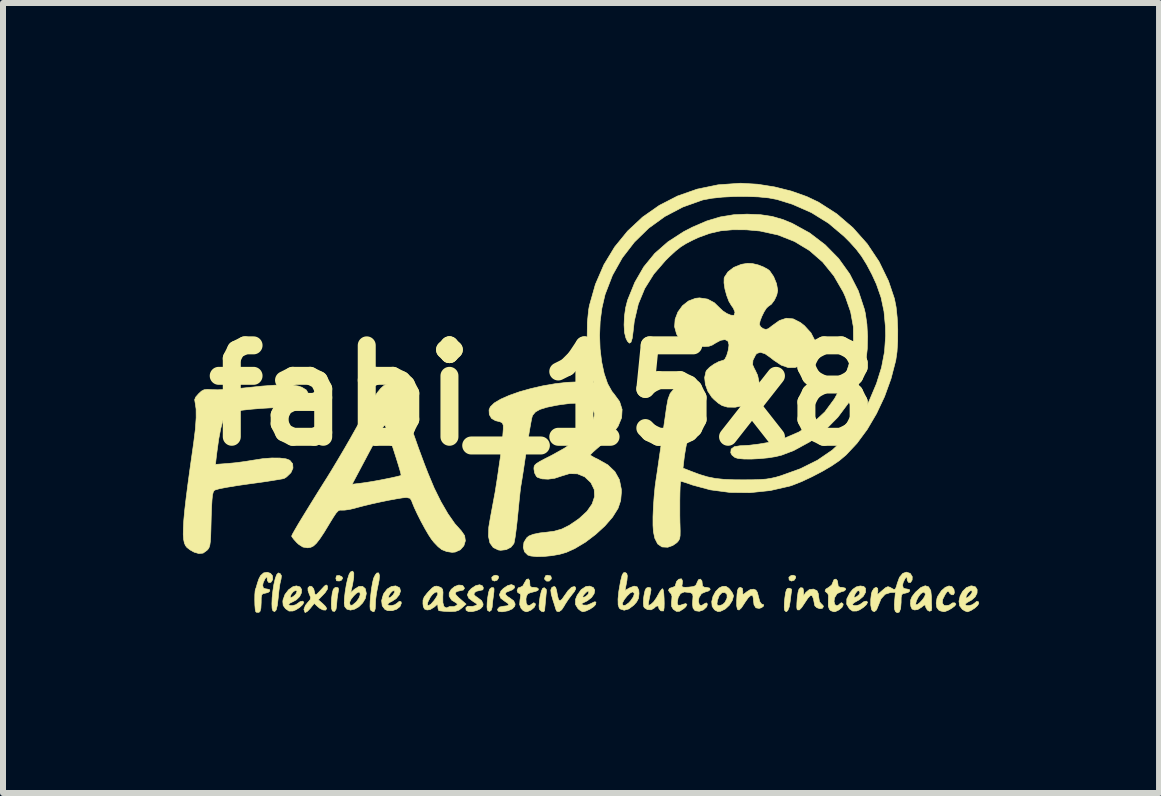
<source format=kicad_pcb>
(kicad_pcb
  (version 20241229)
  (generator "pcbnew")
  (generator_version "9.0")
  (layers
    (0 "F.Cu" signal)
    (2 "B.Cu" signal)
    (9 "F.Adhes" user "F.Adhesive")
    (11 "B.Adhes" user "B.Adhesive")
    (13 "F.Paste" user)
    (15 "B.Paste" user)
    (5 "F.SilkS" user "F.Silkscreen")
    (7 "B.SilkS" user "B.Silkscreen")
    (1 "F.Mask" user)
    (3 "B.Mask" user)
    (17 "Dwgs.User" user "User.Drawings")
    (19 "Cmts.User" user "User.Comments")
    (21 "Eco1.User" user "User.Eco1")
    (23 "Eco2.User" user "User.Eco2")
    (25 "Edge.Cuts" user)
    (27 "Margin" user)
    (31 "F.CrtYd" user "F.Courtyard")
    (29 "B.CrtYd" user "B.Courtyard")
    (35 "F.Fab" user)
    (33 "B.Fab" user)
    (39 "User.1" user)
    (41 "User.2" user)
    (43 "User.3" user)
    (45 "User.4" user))
  (footprint "fabi_15x8"
    (layer "F.Cu")
    (at 6.003 3.542)
    (property "Reference" "fabi_15x8" (at 0 0 0) (layer "F.SilkS") (effects (font (size 1.524 1.524) (thickness 0.3))))
    (attr through_hole)
    (fp_poly (pts (xy -0.745 3.012) (xy -0.741 3.041) (xy -0.767 3.081) (xy -0.811 3.095) (xy -0.848 3.078) (xy -0.85 3.075) (xy -0.855 3.032) (xy -0.819 3.003) (xy -0.784 2.997) (xy -0.745 3.012)) (stroke (width 0.01) (type solid)) (fill yes) (layer "F.SilkS"))
    (fp_poly (pts (xy 0.128 3.009) (xy 0.14 3.047) (xy 0.135 3.063) (xy 0.103 3.095) (xy 0.06 3.096) (xy 0.029 3.068) (xy 0.025 3.048) (xy 0.044 3.005) (xy 0.072 2.997) (xy 0.128 3.009)) (stroke (width 0.01) (type solid)) (fill yes) (layer "F.SilkS"))
    (fp_poly (pts (xy 4.208 3.012) (xy 4.212 3.041) (xy 4.186 3.081) (xy 4.142 3.095) (xy 4.105 3.078) (xy 4.103 3.075) (xy 4.098 3.032) (xy 4.134 3.003) (xy 4.169 2.997) (xy 4.208 3.012)) (stroke (width 0.01) (type solid)) (fill yes) (layer "F.SilkS"))
    (fp_poly (pts (xy -3.397 3.002) (xy -3.353 3.023) (xy -3.34 3.048) (xy -3.362 3.081) (xy -3.397 3.094) (xy -3.442 3.09) (xy -3.454 3.05) (xy -3.454 3.048) (xy -3.443 3.007) (xy -3.4 3.001) (xy -3.397 3.002)) (stroke (width 0.01) (type solid)) (fill yes) (layer "F.SilkS"))
    (fp_poly (pts (xy 4.141 3.228) (xy 4.144 3.251) (xy 4.137 3.296) (xy 4.127 3.373) (xy 4.119 3.44) (xy 4.103 3.529) (xy 4.079 3.587) (xy 4.053 3.607) (xy 4.029 3.585) (xy 4.025 3.575) (xy 4.021 3.532) (xy 4.023 3.457) (xy 4.031 3.376) (xy 4.044 3.287) (xy 4.059 3.237) (xy 4.081 3.216) (xy 4.102 3.213) (xy 4.141 3.228)) (stroke (width 0.01) (type solid)) (fill yes) (layer "F.SilkS"))
    (fp_poly (pts (xy -3.417 3.206) (xy -3.408 3.232) (xy -3.418 3.293) (xy -3.419 3.296) (xy -3.433 3.39) (xy -3.441 3.487) (xy -3.441 3.491) (xy -3.451 3.565) (xy -3.475 3.601) (xy -3.508 3.595) (xy -3.513 3.59) (xy -3.526 3.551) (xy -3.53 3.477) (xy -3.525 3.382) (xy -3.514 3.296) (xy -3.496 3.23) (xy -3.467 3.203) (xy -3.448 3.2) (xy -3.417 3.206)) (stroke (width 0.01) (type solid)) (fill yes) (layer "F.SilkS"))
    (fp_poly (pts (xy -0.817 3.223) (xy -0.819 3.274) (xy -0.826 3.331) (xy -0.838 3.421) (xy -0.846 3.499) (xy -0.848 3.529) (xy -0.863 3.58) (xy -0.892 3.602) (xy -0.922 3.586) (xy -0.929 3.572) (xy -0.934 3.527) (xy -0.931 3.45) (xy -0.923 3.373) (xy -0.907 3.281) (xy -0.889 3.229) (xy -0.863 3.207) (xy -0.855 3.205) (xy -0.828 3.204) (xy -0.817 3.223)) (stroke (width 0.01) (type solid)) (fill yes) (layer "F.SilkS"))
    (fp_poly (pts (xy 0.023 3.207) (xy 0.054 3.235) (xy 0.057 3.265) (xy 0.051 3.315) (xy 0.044 3.394) (xy 0.036 3.479) (xy 0.029 3.552) (xy 0.026 3.588) (xy 0.009 3.608) (xy -0.025 3.6) (xy -0.056 3.572) (xy -0.063 3.557) (xy -0.067 3.506) (xy -0.06 3.425) (xy -0.049 3.352) (xy -0.028 3.264) (xy -0.008 3.218) (xy 0.017 3.206) (xy 0.023 3.207)) (stroke (width 0.01) (type solid)) (fill yes) (layer "F.SilkS"))
    (fp_poly (pts (xy -4.382 2.971) (xy -4.361 3.006) (xy -4.368 3.064) (xy -4.373 3.081) (xy -4.387 3.145) (xy -4.401 3.241) (xy -4.413 3.351) (xy -4.415 3.376) (xy -4.43 3.5) (xy -4.449 3.576) (xy -4.474 3.604) (xy -4.504 3.59) (xy -4.517 3.549) (xy -4.52 3.472) (xy -4.516 3.37) (xy -4.504 3.258) (xy -4.487 3.149) (xy -4.465 3.055) (xy -4.441 2.989) (xy -4.413 2.959) (xy -4.382 2.971)) (stroke (width 0.01) (type solid)) (fill yes) (layer "F.SilkS"))
    (fp_poly (pts (xy -2.727 3.001) (xy -2.733 3.081) (xy -2.754 3.182) (xy -2.776 3.293) (xy -2.791 3.408) (xy -2.794 3.475) (xy -2.798 3.558) (xy -2.812 3.599) (xy -2.83 3.607) (xy -2.868 3.586) (xy -2.881 3.562) (xy -2.885 3.513) (xy -2.882 3.428) (xy -2.872 3.325) (xy -2.859 3.217) (xy -2.842 3.121) (xy -2.826 3.052) (xy -2.823 3.044) (xy -2.795 2.989) (xy -2.77 2.96) (xy -2.74 2.959) (xy -2.727 3.001)) (stroke (width 0.01) (type solid)) (fill yes) (layer "F.SilkS"))
    (fp_poly (pts (xy 0.538 3.195) (xy 0.546 3.224) (xy 0.521 3.272) (xy 0.487 3.314) (xy 0.424 3.396) (xy 0.366 3.485) (xy 0.355 3.506) (xy 0.311 3.573) (xy 0.266 3.605) (xy 0.231 3.599) (xy 0.217 3.575) (xy 0.204 3.534) (xy 0.182 3.463) (xy 0.167 3.418) (xy 0.137 3.313) (xy 0.129 3.245) (xy 0.143 3.206) (xy 0.166 3.191) (xy 0.193 3.186) (xy 0.211 3.204) (xy 0.226 3.253) (xy 0.24 3.334) (xy 0.258 3.403) (xy 0.282 3.424) (xy 0.317 3.397) (xy 0.353 3.345) (xy 0.418 3.253) (xy 0.476 3.198) (xy 0.522 3.186) (xy 0.538 3.195)) (stroke (width 0.01) (type solid)) (fill yes) (layer "F.SilkS"))
    (fp_poly (pts (xy -0.525 3.154) (xy -0.479 3.174) (xy -0.474 3.206) (xy -0.508 3.239) (xy -0.552 3.257) (xy -0.616 3.282) (xy -0.63 3.313) (xy -0.594 3.351) (xy -0.559 3.373) (xy -0.489 3.425) (xy -0.465 3.478) (xy -0.472 3.514) (xy -0.511 3.557) (xy -0.583 3.59) (xy -0.67 3.606) (xy -0.689 3.607) (xy -0.743 3.6) (xy -0.759 3.575) (xy -0.757 3.563) (xy -0.727 3.528) (xy -0.665 3.515) (xy -0.592 3.506) (xy -0.569 3.489) (xy -0.594 3.46) (xy -0.632 3.436) (xy -0.705 3.381) (xy -0.728 3.324) (xy -0.702 3.261) (xy -0.662 3.219) (xy -0.591 3.171) (xy -0.53 3.154) (xy -0.525 3.154)) (stroke (width 0.01) (type solid)) (fill yes) (layer "F.SilkS"))
    (fp_poly (pts (xy -1.011 3.174) (xy -0.995 3.207) (xy -1.003 3.241) (xy -1.049 3.251) (xy -1.11 3.265) (xy -1.141 3.287) (xy -1.153 3.317) (xy -1.128 3.346) (xy -1.094 3.368) (xy -1.023 3.423) (xy -0.999 3.478) (xy -1.005 3.514) (xy -1.042 3.555) (xy -1.106 3.586) (xy -1.179 3.604) (xy -1.244 3.603) (xy -1.283 3.581) (xy -1.287 3.54) (xy -1.258 3.514) (xy -1.229 3.515) (xy -1.179 3.518) (xy -1.137 3.507) (xy -1.102 3.492) (xy -1.103 3.476) (xy -1.142 3.45) (xy -1.162 3.438) (xy -1.237 3.382) (xy -1.262 3.325) (xy -1.237 3.264) (xy -1.195 3.219) (xy -1.122 3.171) (xy -1.057 3.156) (xy -1.011 3.174)) (stroke (width 0.01) (type solid)) (fill yes) (layer "F.SilkS"))
    (fp_poly (pts (xy 6.818 3.188) (xy 6.851 3.236) (xy 6.858 3.291) (xy 6.842 3.323) (xy 6.808 3.323) (xy 6.775 3.294) (xy 6.771 3.284) (xy 6.755 3.262) (xy 6.733 3.276) (xy 6.705 3.316) (xy 6.663 3.399) (xy 6.656 3.462) (xy 6.684 3.499) (xy 6.717 3.505) (xy 6.771 3.496) (xy 6.795 3.48) (xy 6.827 3.458) (xy 6.865 3.458) (xy 6.883 3.48) (xy 6.863 3.51) (xy 6.813 3.548) (xy 6.752 3.583) (xy 6.697 3.604) (xy 6.68 3.606) (xy 6.627 3.593) (xy 6.598 3.579) (xy 6.564 3.534) (xy 6.554 3.461) (xy 6.568 3.379) (xy 6.582 3.345) (xy 6.641 3.256) (xy 6.705 3.2) (xy 6.767 3.176) (xy 6.818 3.188)) (stroke (width 0.01) (type solid)) (fill yes) (layer "F.SilkS"))
    (fp_poly (pts (xy 3.095 3.213) (xy 3.116 3.236) (xy 3.156 3.292) (xy 3.175 3.339) (xy 3.175 3.343) (xy 3.155 3.418) (xy 3.105 3.498) (xy 3.039 3.559) (xy 3.023 3.568) (xy 2.958 3.599) (xy 2.914 3.603) (xy 2.871 3.582) (xy 2.857 3.572) (xy 2.819 3.516) (xy 2.816 3.479) (xy 2.899 3.479) (xy 2.913 3.502) (xy 2.942 3.505) (xy 2.995 3.486) (xy 3.034 3.449) (xy 3.068 3.377) (xy 3.067 3.318) (xy 3.033 3.285) (xy 2.982 3.289) (xy 2.937 3.336) (xy 2.907 3.418) (xy 2.906 3.423) (xy 2.899 3.479) (xy 2.816 3.479) (xy 2.812 3.438) (xy 2.833 3.351) (xy 2.876 3.271) (xy 2.936 3.209) (xy 2.991 3.184) (xy 3.046 3.182) (xy 3.095 3.213)) (stroke (width 0.01) (type solid)) (fill yes) (layer "F.SilkS"))
    (fp_poly (pts (xy 4.332 3.212) (xy 4.343 3.255) (xy 4.343 3.268) (xy 4.343 3.339) (xy 4.383 3.282) (xy 4.439 3.237) (xy 4.508 3.228) (xy 4.567 3.256) (xy 4.588 3.302) (xy 4.597 3.369) (xy 4.597 3.371) (xy 4.609 3.44) (xy 4.636 3.471) (xy 4.669 3.504) (xy 4.674 3.522) (xy 4.655 3.55) (xy 4.613 3.555) (xy 4.566 3.539) (xy 4.532 3.508) (xy 4.527 3.493) (xy 4.508 3.391) (xy 4.486 3.339) (xy 4.457 3.336) (xy 4.415 3.38) (xy 4.366 3.454) (xy 4.311 3.536) (xy 4.272 3.576) (xy 4.244 3.576) (xy 4.234 3.562) (xy 4.23 3.529) (xy 4.232 3.46) (xy 4.238 3.378) (xy 4.251 3.284) (xy 4.267 3.231) (xy 4.29 3.208) (xy 4.299 3.205) (xy 4.332 3.212)) (stroke (width 0.01) (type solid)) (fill yes) (layer "F.SilkS"))
    (fp_poly (pts (xy 3.324 3.218) (xy 3.331 3.274) (xy 3.328 3.302) (xy 3.336 3.318) (xy 3.372 3.294) (xy 3.386 3.281) (xy 3.455 3.237) (xy 3.509 3.23) (xy 3.548 3.245) (xy 3.573 3.283) (xy 3.592 3.359) (xy 3.615 3.44) (xy 3.643 3.478) (xy 3.651 3.48) (xy 3.68 3.491) (xy 3.673 3.515) (xy 3.641 3.539) (xy 3.602 3.551) (xy 3.549 3.541) (xy 3.517 3.491) (xy 3.506 3.399) (xy 3.506 3.385) (xy 3.495 3.337) (xy 3.465 3.333) (xy 3.422 3.371) (xy 3.367 3.449) (xy 3.364 3.454) (xy 3.308 3.54) (xy 3.267 3.578) (xy 3.241 3.567) (xy 3.228 3.508) (xy 3.228 3.423) (xy 3.234 3.314) (xy 3.243 3.247) (xy 3.259 3.212) (xy 3.284 3.201) (xy 3.292 3.2) (xy 3.324 3.218)) (stroke (width 0.01) (type solid)) (fill yes) (layer "F.SilkS"))
    (fp_poly (pts (xy 4.908 3.092) (xy 4.914 3.131) (xy 4.921 3.181) (xy 4.953 3.199) (xy 4.986 3.2) (xy 5.037 3.212) (xy 5.047 3.236) (xy 5.018 3.261) (xy 4.976 3.272) (xy 4.902 3.304) (xy 4.86 3.373) (xy 4.851 3.434) (xy 4.865 3.487) (xy 4.898 3.508) (xy 4.935 3.488) (xy 4.94 3.48) (xy 4.973 3.455) (xy 4.999 3.47) (xy 5.004 3.491) (xy 4.983 3.534) (xy 4.932 3.576) (xy 4.873 3.604) (xy 4.849 3.607) (xy 4.798 3.589) (xy 4.775 3.568) (xy 4.755 3.512) (xy 4.756 3.421) (xy 4.756 3.418) (xy 4.759 3.338) (xy 4.745 3.298) (xy 4.734 3.292) (xy 4.701 3.263) (xy 4.714 3.229) (xy 4.761 3.201) (xy 4.813 3.16) (xy 4.83 3.119) (xy 4.851 3.07) (xy 4.883 3.062) (xy 4.908 3.092)) (stroke (width 0.01) (type solid)) (fill yes) (layer "F.SilkS"))
    (fp_poly (pts (xy -3.598 3.171) (xy -3.593 3.183) (xy -3.594 3.228) (xy -3.632 3.287) (xy -3.661 3.318) (xy -3.747 3.407) (xy -3.677 3.468) (xy -3.63 3.514) (xy -3.607 3.551) (xy -3.607 3.555) (xy -3.625 3.579) (xy -3.669 3.576) (xy -3.724 3.548) (xy -3.753 3.524) (xy -3.814 3.467) (xy -3.882 3.551) (xy -3.928 3.599) (xy -3.962 3.619) (xy -3.969 3.617) (xy -3.987 3.566) (xy -3.961 3.5) (xy -3.924 3.454) (xy -3.883 3.406) (xy -3.874 3.369) (xy -3.894 3.319) (xy -3.896 3.316) (xy -3.918 3.255) (xy -3.919 3.209) (xy -3.89 3.179) (xy -3.853 3.187) (xy -3.823 3.226) (xy -3.815 3.258) (xy -3.804 3.308) (xy -3.792 3.327) (xy -3.768 3.31) (xy -3.724 3.265) (xy -3.694 3.232) (xy -3.644 3.178) (xy -3.615 3.159) (xy -3.598 3.171)) (stroke (width 0.01) (type solid)) (fill yes) (layer "F.SilkS"))
    (fp_poly (pts (xy 0.839 3.203) (xy 0.862 3.248) (xy 0.851 3.306) (xy 0.809 3.368) (xy 0.739 3.423) (xy 0.699 3.443) (xy 0.65 3.467) (xy 0.645 3.482) (xy 0.671 3.495) (xy 0.735 3.496) (xy 0.795 3.471) (xy 0.856 3.441) (xy 0.882 3.444) (xy 0.877 3.481) (xy 0.875 3.487) (xy 0.843 3.522) (xy 0.783 3.562) (xy 0.716 3.594) (xy 0.663 3.607) (xy 0.626 3.59) (xy 0.584 3.556) (xy 0.54 3.484) (xy 0.542 3.398) (xy 0.559 3.358) (xy 0.66 3.358) (xy 0.679 3.365) (xy 0.711 3.353) (xy 0.752 3.315) (xy 0.762 3.284) (xy 0.757 3.259) (xy 0.736 3.268) (xy 0.711 3.289) (xy 0.673 3.331) (xy 0.66 3.358) (xy 0.559 3.358) (xy 0.569 3.332) (xy 0.637 3.236) (xy 0.716 3.185) (xy 0.779 3.179) (xy 0.839 3.203)) (stroke (width 0.01) (type solid)) (fill yes) (layer "F.SilkS"))
    (fp_poly (pts (xy 1.793 3.208) (xy 1.8 3.24) (xy 1.794 3.277) (xy 1.771 3.387) (xy 1.758 3.455) (xy 1.754 3.49) (xy 1.762 3.5) (xy 1.779 3.493) (xy 1.801 3.481) (xy 1.844 3.441) (xy 1.891 3.374) (xy 1.912 3.335) (xy 1.949 3.27) (xy 1.981 3.229) (xy 1.994 3.222) (xy 2.005 3.247) (xy 2.013 3.306) (xy 2.018 3.386) (xy 2.02 3.469) (xy 2.018 3.541) (xy 2.011 3.586) (xy 2.007 3.593) (xy 1.974 3.592) (xy 1.962 3.589) (xy 1.933 3.557) (xy 1.93 3.541) (xy 1.917 3.509) (xy 1.883 3.516) (xy 1.853 3.545) (xy 1.802 3.574) (xy 1.74 3.571) (xy 1.69 3.54) (xy 1.678 3.518) (xy 1.672 3.464) (xy 1.676 3.384) (xy 1.683 3.334) (xy 1.7 3.254) (xy 1.72 3.214) (xy 1.75 3.201) (xy 1.758 3.2) (xy 1.793 3.208)) (stroke (width 0.01) (type solid)) (fill yes) (layer "F.SilkS"))
    (fp_poly (pts (xy 5.347 3.185) (xy 5.376 3.215) (xy 5.377 3.281) (xy 5.338 3.35) (xy 5.269 3.409) (xy 5.246 3.421) (xy 5.189 3.453) (xy 5.158 3.48) (xy 5.156 3.485) (xy 5.176 3.503) (xy 5.222 3.504) (xy 5.274 3.49) (xy 5.309 3.467) (xy 5.348 3.438) (xy 5.389 3.429) (xy 5.41 3.446) (xy 5.41 3.45) (xy 5.39 3.488) (xy 5.34 3.534) (xy 5.278 3.574) (xy 5.228 3.594) (xy 5.161 3.595) (xy 5.108 3.558) (xy 5.062 3.481) (xy 5.064 3.392) (xy 5.084 3.353) (xy 5.184 3.353) (xy 5.193 3.369) (xy 5.232 3.353) (xy 5.273 3.316) (xy 5.283 3.288) (xy 5.27 3.255) (xy 5.24 3.26) (xy 5.208 3.3) (xy 5.184 3.353) (xy 5.084 3.353) (xy 5.116 3.291) (xy 5.164 3.232) (xy 5.222 3.192) (xy 5.288 3.176) (xy 5.347 3.185)) (stroke (width 0.01) (type solid)) (fill yes) (layer "F.SilkS"))
    (fp_poly (pts (xy -4.544 2.966) (xy -4.509 3.008) (xy -4.507 3.069) (xy -4.508 3.072) (xy -4.537 3.116) (xy -4.572 3.12) (xy -4.596 3.087) (xy -4.598 3.067) (xy -4.601 3.027) (xy -4.615 3.032) (xy -4.636 3.059) (xy -4.666 3.123) (xy -4.674 3.167) (xy -4.662 3.212) (xy -4.619 3.226) (xy -4.608 3.226) (xy -4.561 3.236) (xy -4.554 3.26) (xy -4.583 3.285) (xy -4.631 3.297) (xy -4.669 3.305) (xy -4.689 3.325) (xy -4.698 3.371) (xy -4.699 3.453) (xy -4.704 3.548) (xy -4.718 3.6) (xy -4.736 3.616) (xy -4.778 3.615) (xy -4.79 3.604) (xy -4.798 3.566) (xy -4.804 3.494) (xy -4.806 3.408) (xy -4.805 3.323) (xy -4.8 3.259) (xy -4.795 3.235) (xy -4.78 3.196) (xy -4.764 3.137) (xy -4.738 3.06) (xy -4.709 3.004) (xy -4.659 2.959) (xy -4.599 2.948) (xy -4.544 2.966)) (stroke (width 0.01) (type solid)) (fill yes) (layer "F.SilkS"))
    (fp_poly (pts (xy -2.396 3.204) (xy -2.389 3.211) (xy -2.376 3.262) (xy -2.398 3.325) (xy -2.447 3.385) (xy -2.513 3.429) (xy -2.566 3.456) (xy -2.591 3.481) (xy -2.591 3.483) (xy -2.571 3.502) (xy -2.525 3.504) (xy -2.473 3.49) (xy -2.438 3.467) (xy -2.397 3.433) (xy -2.368 3.438) (xy -2.362 3.463) (xy -2.385 3.52) (xy -2.441 3.564) (xy -2.515 3.589) (xy -2.591 3.587) (xy -2.635 3.568) (xy -2.681 3.507) (xy -2.691 3.42) (xy -2.677 3.369) (xy -2.578 3.369) (xy -2.57 3.378) (xy -2.538 3.361) (xy -2.502 3.327) (xy -2.474 3.283) (xy -2.475 3.256) (xy -2.504 3.258) (xy -2.513 3.263) (xy -2.544 3.294) (xy -2.569 3.335) (xy -2.578 3.369) (xy -2.677 3.369) (xy -2.663 3.32) (xy -2.654 3.301) (xy -2.598 3.228) (xy -2.528 3.185) (xy -2.456 3.175) (xy -2.396 3.204)) (stroke (width 0.01) (type solid)) (fill yes) (layer "F.SilkS"))
    (fp_poly (pts (xy -0.223 3.091) (xy -0.221 3.133) (xy -0.217 3.181) (xy -0.187 3.199) (xy -0.151 3.2) (xy -0.098 3.208) (xy -0.076 3.227) (xy -0.083 3.247) (xy -0.113 3.263) (xy -0.176 3.28) (xy -0.207 3.287) (xy -0.254 3.307) (xy -0.278 3.352) (xy -0.285 3.393) (xy -0.281 3.464) (xy -0.256 3.502) (xy -0.217 3.499) (xy -0.196 3.483) (xy -0.154 3.456) (xy -0.13 3.471) (xy -0.127 3.491) (xy -0.148 3.534) (xy -0.199 3.577) (xy -0.26 3.604) (xy -0.284 3.607) (xy -0.331 3.587) (xy -0.366 3.55) (xy -0.39 3.487) (xy -0.384 3.405) (xy -0.382 3.397) (xy -0.372 3.333) (xy -0.381 3.306) (xy -0.396 3.302) (xy -0.425 3.281) (xy -0.432 3.251) (xy -0.414 3.208) (xy -0.383 3.2) (xy -0.337 3.176) (xy -0.308 3.122) (xy -0.276 3.068) (xy -0.244 3.058) (xy -0.223 3.091)) (stroke (width 0.01) (type solid)) (fill yes) (layer "F.SilkS"))
    (fp_poly (pts (xy 1.395 2.968) (xy 1.405 3.008) (xy 1.399 3.08) (xy 1.385 3.156) (xy 1.366 3.252) (xy 1.441 3.209) (xy 1.518 3.179) (xy 1.57 3.192) (xy 1.596 3.248) (xy 1.6 3.304) (xy 1.592 3.381) (xy 1.56 3.443) (xy 1.514 3.495) (xy 1.43 3.559) (xy 1.352 3.581) (xy 1.287 3.56) (xy 1.27 3.543) (xy 1.252 3.49) (xy 1.252 3.476) (xy 1.321 3.476) (xy 1.336 3.504) (xy 1.375 3.497) (xy 1.427 3.46) (xy 1.458 3.427) (xy 1.507 3.356) (xy 1.522 3.304) (xy 1.502 3.278) (xy 1.487 3.277) (xy 1.45 3.296) (xy 1.402 3.343) (xy 1.356 3.401) (xy 1.326 3.455) (xy 1.321 3.476) (xy 1.252 3.476) (xy 1.25 3.395) (xy 1.263 3.266) (xy 1.29 3.11) (xy 1.297 3.078) (xy 1.318 2.997) (xy 1.34 2.958) (xy 1.368 2.952) (xy 1.395 2.968)) (stroke (width 0.01) (type solid)) (fill yes) (layer "F.SilkS"))
    (fp_poly (pts (xy -3.155 2.96) (xy -3.156 3.034) (xy -3.175 3.152) (xy -3.19 3.216) (xy -3.208 3.289) (xy -3.145 3.232) (xy -3.071 3.185) (xy -3.008 3.183) (xy -2.963 3.222) (xy -2.946 3.301) (xy -2.946 3.301) (xy -2.963 3.385) (xy -3.008 3.46) (xy -3.07 3.522) (xy -3.141 3.563) (xy -3.211 3.579) (xy -3.271 3.563) (xy -3.305 3.521) (xy -3.314 3.467) (xy -3.313 3.458) (xy -3.226 3.458) (xy -3.213 3.499) (xy -3.178 3.496) (xy -3.122 3.45) (xy -3.11 3.438) (xy -3.07 3.381) (xy -3.049 3.326) (xy -3.052 3.287) (xy -3.07 3.277) (xy -3.109 3.296) (xy -3.157 3.343) (xy -3.201 3.399) (xy -3.225 3.449) (xy -3.226 3.458) (xy -3.313 3.458) (xy -3.311 3.381) (xy -3.299 3.275) (xy -3.281 3.165) (xy -3.259 3.063) (xy -3.234 2.985) (xy -3.211 2.944) (xy -3.173 2.929) (xy -3.155 2.96)) (stroke (width 0.01) (type solid)) (fill yes) (layer "F.SilkS"))
    (fp_poly (pts (xy 6.427 3.191) (xy 6.464 3.253) (xy 6.475 3.358) (xy 6.475 3.369) (xy 6.475 3.453) (xy 6.478 3.521) (xy 6.48 3.541) (xy 6.474 3.587) (xy 6.441 3.598) (xy 6.406 3.577) (xy 6.379 3.529) (xy 6.375 3.508) (xy 6.366 3.491) (xy 6.332 3.512) (xy 6.314 3.528) (xy 6.246 3.57) (xy 6.194 3.577) (xy 6.152 3.561) (xy 6.132 3.519) (xy 6.126 3.475) (xy 6.126 3.473) (xy 6.212 3.473) (xy 6.215 3.488) (xy 6.239 3.488) (xy 6.278 3.457) (xy 6.322 3.41) (xy 6.358 3.359) (xy 6.375 3.316) (xy 6.375 3.312) (xy 6.356 3.282) (xy 6.334 3.281) (xy 6.296 3.307) (xy 6.256 3.36) (xy 6.225 3.422) (xy 6.212 3.473) (xy 6.126 3.473) (xy 6.128 3.411) (xy 6.151 3.355) (xy 6.203 3.288) (xy 6.212 3.278) (xy 6.298 3.202) (xy 6.371 3.173) (xy 6.427 3.191)) (stroke (width 0.01) (type solid)) (fill yes) (layer "F.SilkS"))
    (fp_poly (pts (xy 7.209 3.192) (xy 7.237 3.237) (xy 7.235 3.296) (xy 7.204 3.358) (xy 7.145 3.411) (xy 7.124 3.422) (xy 7.067 3.454) (xy 7.037 3.48) (xy 7.036 3.485) (xy 7.056 3.503) (xy 7.102 3.504) (xy 7.154 3.49) (xy 7.188 3.467) (xy 7.23 3.433) (xy 7.258 3.44) (xy 7.264 3.467) (xy 7.244 3.502) (xy 7.196 3.546) (xy 7.136 3.584) (xy 7.083 3.606) (xy 7.073 3.607) (xy 7.034 3.593) (xy 6.991 3.567) (xy 6.945 3.508) (xy 6.934 3.43) (xy 6.948 3.369) (xy 7.048 3.369) (xy 7.056 3.378) (xy 7.088 3.361) (xy 7.125 3.327) (xy 7.153 3.283) (xy 7.151 3.256) (xy 7.122 3.258) (xy 7.114 3.263) (xy 7.083 3.294) (xy 7.058 3.335) (xy 7.048 3.369) (xy 6.948 3.369) (xy 6.953 3.345) (xy 6.995 3.266) (xy 7.056 3.205) (xy 7.131 3.176) (xy 7.148 3.175) (xy 7.209 3.192)) (stroke (width 0.01) (type solid)) (fill yes) (layer "F.SilkS"))
    (fp_poly (pts (xy -4.052 3.192) (xy -4.025 3.234) (xy -4.028 3.292) (xy -4.058 3.354) (xy -4.114 3.409) (xy -4.168 3.438) (xy -4.22 3.463) (xy -4.242 3.485) (xy -4.242 3.485) (xy -4.222 3.503) (xy -4.176 3.504) (xy -4.124 3.49) (xy -4.089 3.467) (xy -4.05 3.438) (xy -4.009 3.429) (xy -3.988 3.446) (xy -3.988 3.45) (xy -4.008 3.488) (xy -4.058 3.534) (xy -4.12 3.574) (xy -4.17 3.594) (xy -4.235 3.595) (xy -4.293 3.555) (xy -4.293 3.555) (xy -4.332 3.501) (xy -4.338 3.437) (xy -4.335 3.409) (xy -4.318 3.363) (xy -4.216 3.363) (xy -4.201 3.371) (xy -4.167 3.354) (xy -4.13 3.322) (xy -4.113 3.299) (xy -4.101 3.261) (xy -4.125 3.251) (xy -4.126 3.251) (xy -4.164 3.271) (xy -4.2 3.316) (xy -4.216 3.363) (xy -4.318 3.363) (xy -4.302 3.318) (xy -4.242 3.24) (xy -4.169 3.188) (xy -4.112 3.175) (xy -4.052 3.192)) (stroke (width 0.01) (type solid)) (fill yes) (layer "F.SilkS"))
    (fp_poly (pts (xy 6.121 2.967) (xy 6.155 3.021) (xy 6.153 3.077) (xy 6.127 3.118) (xy 6.093 3.118) (xy 6.071 3.081) (xy 6.07 3.067) (xy 6.067 3.027) (xy 6.053 3.032) (xy 6.032 3.059) (xy 6.002 3.123) (xy 5.994 3.167) (xy 6.006 3.212) (xy 6.049 3.226) (xy 6.06 3.226) (xy 6.107 3.236) (xy 6.114 3.26) (xy 6.085 3.285) (xy 6.037 3.297) (xy 5.999 3.305) (xy 5.979 3.325) (xy 5.97 3.371) (xy 5.969 3.453) (xy 5.961 3.553) (xy 5.939 3.611) (xy 5.905 3.623) (xy 5.873 3.602) (xy 5.861 3.563) (xy 5.857 3.489) (xy 5.861 3.429) (xy 5.874 3.282) (xy 5.792 3.286) (xy 5.703 3.315) (xy 5.635 3.39) (xy 5.587 3.508) (xy 5.559 3.576) (xy 5.524 3.605) (xy 5.491 3.592) (xy 5.476 3.567) (xy 5.463 3.495) (xy 5.463 3.4) (xy 5.474 3.308) (xy 5.486 3.266) (xy 5.518 3.216) (xy 5.554 3.199) (xy 5.579 3.216) (xy 5.582 3.263) (xy 5.57 3.326) (xy 5.658 3.249) (xy 5.713 3.203) (xy 5.75 3.188) (xy 5.784 3.199) (xy 5.805 3.211) (xy 5.848 3.235) (xy 5.873 3.228) (xy 5.892 3.184) (xy 5.904 3.137) (xy 5.942 3.032) (xy 5.997 2.967) (xy 6.057 2.946) (xy 6.121 2.967)) (stroke (width 0.01) (type solid)) (fill yes) (layer "F.SilkS"))
    (fp_poly (pts (xy 2.31 3.06) (xy 2.325 3.094) (xy 2.321 3.14) (xy 2.314 3.178) (xy 2.327 3.195) (xy 2.371 3.199) (xy 2.428 3.196) (xy 2.504 3.187) (xy 2.544 3.17) (xy 2.562 3.136) (xy 2.566 3.124) (xy 2.591 3.072) (xy 2.624 3.062) (xy 2.649 3.093) (xy 2.653 3.131) (xy 2.66 3.181) (xy 2.693 3.199) (xy 2.725 3.2) (xy 2.777 3.212) (xy 2.787 3.236) (xy 2.757 3.261) (xy 2.716 3.272) (xy 2.641 3.304) (xy 2.599 3.373) (xy 2.591 3.434) (xy 2.605 3.491) (xy 2.641 3.504) (xy 2.687 3.475) (xy 2.722 3.458) (xy 2.74 3.477) (xy 2.73 3.52) (xy 2.727 3.525) (xy 2.674 3.575) (xy 2.605 3.599) (xy 2.541 3.59) (xy 2.526 3.58) (xy 2.5 3.543) (xy 2.492 3.481) (xy 2.495 3.423) (xy 2.5 3.349) (xy 2.492 3.31) (xy 2.466 3.292) (xy 2.45 3.287) (xy 2.355 3.276) (xy 2.292 3.302) (xy 2.254 3.368) (xy 2.25 3.384) (xy 2.237 3.462) (xy 2.251 3.498) (xy 2.294 3.497) (xy 2.323 3.485) (xy 2.379 3.47) (xy 2.399 3.485) (xy 2.38 3.522) (xy 2.346 3.554) (xy 2.277 3.598) (xy 2.223 3.6) (xy 2.171 3.564) (xy 2.143 3.517) (xy 2.141 3.448) (xy 2.145 3.422) (xy 2.15 3.348) (xy 2.134 3.305) (xy 2.118 3.29) (xy 2.091 3.251) (xy 2.107 3.216) (xy 2.159 3.2) (xy 2.16 3.2) (xy 2.202 3.181) (xy 2.21 3.153) (xy 2.226 3.101) (xy 2.263 3.064) (xy 2.304 3.057) (xy 2.31 3.06)) (stroke (width 0.01) (type solid)) (fill yes) (layer "F.SilkS"))
    (fp_poly (pts (xy -1.348 3.166) (xy -1.335 3.174) (xy -1.309 3.214) (xy -1.328 3.244) (xy -1.367 3.252) (xy -1.426 3.266) (xy -1.448 3.277) (xy -1.464 3.297) (xy -1.451 3.326) (xy -1.404 3.374) (xy -1.384 3.391) (xy -1.283 3.479) (xy -1.354 3.543) (xy -1.403 3.58) (xy -1.457 3.598) (xy -1.535 3.603) (xy -1.576 3.602) (xy -1.659 3.598) (xy -1.719 3.591) (xy -1.74 3.585) (xy -1.75 3.553) (xy -1.753 3.522) (xy -1.755 3.49) (xy -1.771 3.49) (xy -1.81 3.525) (xy -1.814 3.528) (xy -1.882 3.57) (xy -1.934 3.577) (xy -1.976 3.561) (xy -1.996 3.52) (xy -1.999 3.493) (xy -1.929 3.493) (xy -1.911 3.506) (xy -1.868 3.478) (xy -1.817 3.42) (xy -1.777 3.361) (xy -1.754 3.315) (xy -1.753 3.306) (xy -1.767 3.277) (xy -1.801 3.283) (xy -1.845 3.319) (xy -1.878 3.362) (xy -1.92 3.444) (xy -1.929 3.493) (xy -1.999 3.493) (xy -2.002 3.474) (xy -2.001 3.412) (xy -1.981 3.36) (xy -1.933 3.298) (xy -1.909 3.271) (xy -1.85 3.211) (xy -1.809 3.183) (xy -1.772 3.179) (xy -1.736 3.189) (xy -1.695 3.208) (xy -1.674 3.234) (xy -1.668 3.283) (xy -1.671 3.356) (xy -1.67 3.455) (xy -1.654 3.513) (xy -1.642 3.528) (xy -1.604 3.543) (xy -1.59 3.534) (xy -1.556 3.519) (xy -1.53 3.521) (xy -1.486 3.52) (xy -1.446 3.503) (xy -1.427 3.481) (xy -1.441 3.463) (xy -1.524 3.412) (xy -1.565 3.347) (xy -1.565 3.293) (xy -1.531 3.233) (xy -1.473 3.186) (xy -1.406 3.161) (xy -1.348 3.166)) (stroke (width 0.01) (type solid)) (fill yes) (layer "F.SilkS"))
    (fp_poly (pts (xy 3.625 -3.013) (xy 3.819 -2.984) (xy 4.002 -2.931) (xy 4.154 -2.868) (xy 4.445 -2.708) (xy 4.703 -2.511) (xy 4.927 -2.283) (xy 5.112 -2.025) (xy 5.256 -1.743) (xy 5.356 -1.44) (xy 5.372 -1.372) (xy 5.399 -1.187) (xy 5.41 -0.982) (xy 5.405 -0.774) (xy 5.384 -0.582) (xy 5.358 -0.458) (xy 5.251 -0.163) (xy 5.102 0.112) (xy 4.915 0.363) (xy 4.696 0.585) (xy 4.449 0.772) (xy 4.179 0.919) (xy 3.976 0.996) (xy 3.873 1.021) (xy 3.746 1.041) (xy 3.608 1.054) (xy 3.472 1.061) (xy 3.349 1.06) (xy 3.253 1.051) (xy 3.201 1.036) (xy 3.151 0.996) (xy 3.129 0.957) (xy 3.136 0.894) (xy 3.188 0.855) (xy 3.284 0.839) (xy 3.311 0.838) (xy 3.437 0.831) (xy 3.591 0.812) (xy 3.752 0.785) (xy 3.901 0.752) (xy 4 0.724) (xy 4.267 0.609) (xy 4.501 0.458) (xy 4.699 0.273) (xy 4.859 0.055) (xy 4.922 -0.061) (xy 5.05 -0.356) (xy 5.135 -0.632) (xy 5.175 -0.893) (xy 5.173 -1.144) (xy 5.128 -1.392) (xy 5.041 -1.642) (xy 5.004 -1.724) (xy 4.848 -1.993) (xy 4.661 -2.224) (xy 4.442 -2.415) (xy 4.193 -2.566) (xy 3.917 -2.675) (xy 3.616 -2.741) (xy 3.391 -2.761) (xy 3.161 -2.762) (xy 2.962 -2.744) (xy 2.779 -2.702) (xy 2.594 -2.635) (xy 2.493 -2.588) (xy 2.386 -2.533) (xy 2.296 -2.477) (xy 2.209 -2.408) (xy 2.11 -2.317) (xy 2.043 -2.251) (xy 1.846 -2.023) (xy 1.695 -1.782) (xy 1.588 -1.523) (xy 1.521 -1.237) (xy 1.502 -1.069) (xy 1.487 -0.953) (xy 1.466 -0.887) (xy 1.439 -0.871) (xy 1.406 -0.905) (xy 1.381 -0.957) (xy 1.358 -1.05) (xy 1.351 -1.177) (xy 1.357 -1.319) (xy 1.377 -1.462) (xy 1.409 -1.587) (xy 1.53 -1.885) (xy 1.679 -2.143) (xy 1.862 -2.367) (xy 2.082 -2.56) (xy 2.343 -2.729) (xy 2.49 -2.805) (xy 2.729 -2.908) (xy 2.952 -2.975) (xy 3.177 -3.012) (xy 3.401 -3.022) (xy 3.625 -3.013)) (stroke (width 0.01) (type solid)) (fill yes) (layer "F.SilkS"))
    (fp_poly (pts (xy -4.176 -0.171) (xy -4.079 -0.156) (xy -4.021 -0.136) (xy -3.947 -0.091) (xy -3.918 -0.041) (xy -3.927 0.026) (xy -3.938 0.052) (xy -3.967 0.11) (xy -4.003 0.152) (xy -4.056 0.179) (xy -4.134 0.194) (xy -4.246 0.202) (xy -4.394 0.204) (xy -4.537 0.207) (xy -4.694 0.216) (xy -4.854 0.229) (xy -5.003 0.245) (xy -5.132 0.263) (xy -5.228 0.282) (xy -5.265 0.293) (xy -5.302 0.333) (xy -5.338 0.42) (xy -5.373 0.553) (xy -5.407 0.729) (xy -5.437 0.946) (xy -5.447 1.026) (xy -5.461 1.15) (xy -5.248 1.134) (xy -5.113 1.121) (xy -4.964 1.101) (xy -4.835 1.08) (xy -4.835 1.08) (xy -4.675 1.055) (xy -4.523 1.043) (xy -4.389 1.044) (xy -4.285 1.057) (xy -4.222 1.081) (xy -4.174 1.14) (xy -4.169 1.212) (xy -4.203 1.288) (xy -4.275 1.358) (xy -4.312 1.382) (xy -4.345 1.391) (xy -4.421 1.404) (xy -4.532 1.422) (xy -4.67 1.443) (xy -4.828 1.465) (xy -4.895 1.474) (xy -5.112 1.505) (xy -5.279 1.533) (xy -5.397 1.556) (xy -5.466 1.576) (xy -5.484 1.587) (xy -5.498 1.612) (xy -5.51 1.659) (xy -5.518 1.735) (xy -5.525 1.846) (xy -5.531 1.999) (xy -5.533 2.074) (xy -5.537 2.236) (xy -5.541 2.355) (xy -5.547 2.439) (xy -5.555 2.496) (xy -5.567 2.534) (xy -5.583 2.561) (xy -5.603 2.583) (xy -5.667 2.629) (xy -5.738 2.636) (xy -5.817 2.613) (xy -5.883 2.576) (xy -5.937 2.534) (xy -5.961 2.503) (xy -5.98 2.459) (xy -5.992 2.399) (xy -5.998 2.318) (xy -5.996 2.213) (xy -5.989 2.08) (xy -5.974 1.917) (xy -5.951 1.718) (xy -5.921 1.482) (xy -5.883 1.203) (xy -5.837 0.879) (xy -5.824 0.787) (xy -5.796 0.562) (xy -5.783 0.373) (xy -5.784 0.227) (xy -5.799 0.125) (xy -5.8 0.121) (xy -5.808 0.071) (xy -5.79 0.027) (xy -5.742 -0.028) (xy -5.694 -0.072) (xy -5.652 -0.094) (xy -5.597 -0.101) (xy -5.51 -0.096) (xy -5.504 -0.096) (xy -5.424 -0.094) (xy -5.306 -0.099) (xy -5.164 -0.108) (xy -5.01 -0.122) (xy -4.928 -0.13) (xy -4.676 -0.156) (xy -4.47 -0.171) (xy -4.304 -0.176) (xy -4.176 -0.171)) (stroke (width 0.01) (type solid)) (fill yes) (layer "F.SilkS"))
    (fp_poly (pts (xy 3.491 -2.198) (xy 3.585 -2.176) (xy 3.673 -2.142) (xy 3.748 -2.101) (xy 3.778 -2.077) (xy 3.844 -1.981) (xy 3.892 -1.864) (xy 3.912 -1.752) (xy 3.912 -1.749) (xy 3.896 -1.672) (xy 3.858 -1.59) (xy 3.807 -1.521) (xy 3.756 -1.485) (xy 3.724 -1.455) (xy 3.685 -1.394) (xy 3.647 -1.317) (xy 3.618 -1.241) (xy 3.607 -1.182) (xy 3.607 -1.182) (xy 3.628 -1.143) (xy 3.669 -1.113) (xy 3.714 -1.1) (xy 3.755 -1.112) (xy 3.811 -1.155) (xy 3.817 -1.16) (xy 3.94 -1.248) (xy 4.056 -1.287) (xy 4.171 -1.276) (xy 4.289 -1.216) (xy 4.357 -1.163) (xy 4.467 -1.042) (xy 4.53 -0.919) (xy 4.546 -0.8) (xy 4.514 -0.688) (xy 4.435 -0.588) (xy 4.316 -0.507) (xy 4.2 -0.465) (xy 4.087 -0.464) (xy 3.97 -0.505) (xy 3.843 -0.59) (xy 3.802 -0.623) (xy 3.702 -0.694) (xy 3.622 -0.719) (xy 3.563 -0.699) (xy 3.544 -0.676) (xy 3.499 -0.586) (xy 3.494 -0.511) (xy 3.527 -0.437) (xy 3.533 -0.429) (xy 3.577 -0.336) (xy 3.601 -0.221) (xy 3.602 -0.108) (xy 3.584 -0.032) (xy 3.545 0.024) (xy 3.482 0.087) (xy 3.449 0.113) (xy 3.335 0.169) (xy 3.203 0.197) (xy 3.073 0.195) (xy 2.985 0.169) (xy 2.923 0.13) (xy 2.851 0.068) (xy 2.815 0.032) (xy 2.747 -0.07) (xy 2.706 -0.184) (xy 2.694 -0.298) (xy 2.715 -0.395) (xy 2.728 -0.419) (xy 2.777 -0.469) (xy 2.851 -0.522) (xy 2.931 -0.564) (xy 2.997 -0.584) (xy 3.005 -0.584) (xy 3.033 -0.607) (xy 3.062 -0.665) (xy 3.085 -0.742) (xy 3.098 -0.823) (xy 3.099 -0.847) (xy 3.081 -0.907) (xy 3.033 -0.931) (xy 2.961 -0.919) (xy 2.88 -0.876) (xy 2.82 -0.839) (xy 2.766 -0.82) (xy 2.697 -0.815) (xy 2.612 -0.819) (xy 2.456 -0.844) (xy 2.339 -0.894) (xy 2.256 -0.974) (xy 2.226 -1.024) (xy 2.193 -1.145) (xy 2.202 -1.27) (xy 2.248 -1.39) (xy 2.324 -1.495) (xy 2.424 -1.574) (xy 2.542 -1.619) (xy 2.609 -1.626) (xy 2.742 -1.606) (xy 2.856 -1.545) (xy 2.938 -1.465) (xy 2.996 -1.41) (xy 3.065 -1.365) (xy 3.13 -1.338) (xy 3.177 -1.335) (xy 3.186 -1.34) (xy 3.2 -1.387) (xy 3.172 -1.455) (xy 3.139 -1.501) (xy 3.098 -1.57) (xy 3.061 -1.668) (xy 3.032 -1.775) (xy 3.017 -1.876) (xy 3.019 -1.954) (xy 3.023 -1.969) (xy 3.082 -2.059) (xy 3.179 -2.134) (xy 3.3 -2.183) (xy 3.316 -2.187) (xy 3.409 -2.202) (xy 3.491 -2.198)) (stroke (width 0.01) (type solid)) (fill yes) (layer "F.SilkS"))
    (fp_poly (pts (xy -2.509 -0.19) (xy -2.496 -0.188) (xy -2.408 -0.16) (xy -2.355 -0.113) (xy -2.329 -0.035) (xy -2.323 0.044) (xy -2.31 0.133) (xy -2.278 0.264) (xy -2.227 0.435) (xy -2.16 0.641) (xy -2.076 0.879) (xy -1.977 1.146) (xy -1.919 1.295) (xy -1.815 1.544) (xy -1.702 1.772) (xy -1.586 1.972) (xy -1.471 2.137) (xy -1.362 2.259) (xy -1.307 2.338) (xy -1.295 2.424) (xy -1.32 2.506) (xy -1.378 2.572) (xy -1.463 2.611) (xy -1.516 2.616) (xy -1.605 2.603) (xy -1.687 2.571) (xy -1.691 2.568) (xy -1.75 2.521) (xy -1.818 2.45) (xy -1.861 2.396) (xy -1.91 2.321) (xy -1.97 2.218) (xy -2.034 2.1) (xy -2.095 1.979) (xy -2.146 1.87) (xy -2.181 1.785) (xy -2.191 1.756) (xy -2.217 1.715) (xy -2.274 1.702) (xy -2.283 1.702) (xy -2.345 1.708) (xy -2.444 1.724) (xy -2.57 1.747) (xy -2.711 1.776) (xy -2.856 1.808) (xy -2.993 1.841) (xy -3.111 1.872) (xy -3.127 1.877) (xy -3.222 1.9) (xy -3.306 1.912) (xy -3.357 1.913) (xy -3.388 1.912) (xy -3.416 1.926) (xy -3.45 1.962) (xy -3.494 2.028) (xy -3.557 2.13) (xy -3.564 2.142) (xy -3.652 2.287) (xy -3.722 2.392) (xy -3.778 2.464) (xy -3.826 2.509) (xy -3.872 2.532) (xy -3.921 2.54) (xy -3.929 2.54) (xy -4.003 2.528) (xy -4.072 2.484) (xy -4.105 2.454) (xy -4.155 2.399) (xy -4.186 2.357) (xy -4.191 2.345) (xy -4.178 2.314) (xy -4.138 2.243) (xy -4.075 2.135) (xy -3.989 1.994) (xy -3.882 1.82) (xy -3.757 1.618) (xy -3.671 1.481) (xy -3.183 1.481) (xy -3.041 1.464) (xy -2.953 1.452) (xy -2.835 1.433) (xy -2.705 1.409) (xy -2.639 1.396) (xy -2.53 1.374) (xy -2.441 1.354) (xy -2.382 1.339) (xy -2.366 1.333) (xy -2.37 1.307) (xy -2.387 1.242) (xy -2.415 1.149) (xy -2.45 1.037) (xy -2.489 0.915) (xy -2.529 0.793) (xy -2.567 0.68) (xy -2.6 0.587) (xy -2.624 0.523) (xy -2.634 0.499) (xy -2.641 0.497) (xy -2.654 0.508) (xy -2.674 0.538) (xy -2.705 0.589) (xy -2.75 0.668) (xy -2.809 0.778) (xy -2.887 0.923) (xy -2.985 1.108) (xy -3.009 1.153) (xy -3.183 1.481) (xy -3.671 1.481) (xy -3.614 1.391) (xy -3.602 1.372) (xy -3.519 1.237) (xy -3.42 1.072) (xy -3.313 0.891) (xy -3.208 0.709) (xy -3.12 0.552) (xy -3.003 0.344) (xy -2.907 0.177) (xy -2.827 0.047) (xy -2.761 -0.05) (xy -2.704 -0.119) (xy -2.654 -0.164) (xy -2.607 -0.187) (xy -2.56 -0.195) (xy -2.509 -0.19)) (stroke (width 0.01) (type solid)) (fill yes) (layer "F.SilkS"))
    (fp_poly (pts (xy 3.576 -3.521) (xy 3.86 -3.476) (xy 4.14 -3.406) (xy 4.399 -3.314) (xy 4.592 -3.222) (xy 4.896 -3.027) (xy 5.167 -2.794) (xy 5.404 -2.527) (xy 5.602 -2.23) (xy 5.759 -1.907) (xy 5.858 -1.613) (xy 5.886 -1.471) (xy 5.904 -1.296) (xy 5.913 -1.102) (xy 5.912 -0.907) (xy 5.901 -0.727) (xy 5.88 -0.583) (xy 5.801 -0.279) (xy 5.693 0.02) (xy 5.559 0.304) (xy 5.405 0.566) (xy 5.233 0.799) (xy 5.051 0.993) (xy 4.938 1.088) (xy 4.81 1.175) (xy 4.653 1.267) (xy 4.482 1.356) (xy 4.314 1.435) (xy 4.165 1.494) (xy 4.115 1.511) (xy 3.787 1.586) (xy 3.45 1.621) (xy 3.114 1.617) (xy 2.789 1.574) (xy 2.485 1.492) (xy 2.468 1.485) (xy 2.384 1.456) (xy 2.322 1.437) (xy 2.295 1.431) (xy 2.294 1.431) (xy 2.29 1.46) (xy 2.285 1.529) (xy 2.282 1.628) (xy 2.28 1.748) (xy 2.28 1.876) (xy 2.28 2.004) (xy 2.282 2.12) (xy 2.283 2.143) (xy 2.286 2.259) (xy 2.285 2.336) (xy 2.277 2.386) (xy 2.26 2.421) (xy 2.233 2.452) (xy 2.23 2.455) (xy 2.162 2.502) (xy 2.08 2.531) (xy 2.077 2.531) (xy 1.983 2.526) (xy 1.911 2.476) (xy 1.863 2.381) (xy 1.84 2.272) (xy 1.833 2.165) (xy 1.833 2.022) (xy 1.84 1.857) (xy 1.852 1.684) (xy 1.868 1.517) (xy 1.881 1.422) (xy 1.909 1.236) (xy 1.937 1.04) (xy 1.966 0.842) (xy 1.994 0.653) (xy 2.018 0.482) (xy 2.039 0.338) (xy 2.054 0.23) (xy 2.059 0.193) (xy 2.084 0.06) (xy 2.12 -0.034) (xy 2.174 -0.099) (xy 2.237 -0.141) (xy 2.337 -0.174) (xy 2.42 -0.16) (xy 2.485 -0.098) (xy 2.501 -0.072) (xy 2.518 -0.037) (xy 2.53 -0.005) (xy 2.536 0.034) (xy 2.534 0.085) (xy 2.525 0.156) (xy 2.508 0.253) (xy 2.481 0.383) (xy 2.444 0.553) (xy 2.429 0.622) (xy 2.402 0.755) (xy 2.377 0.887) (xy 2.358 1.001) (xy 2.351 1.057) (xy 2.333 1.212) (xy 2.468 1.265) (xy 2.613 1.319) (xy 2.743 1.358) (xy 2.872 1.384) (xy 3.014 1.399) (xy 3.181 1.406) (xy 3.34 1.407) (xy 3.501 1.406) (xy 3.623 1.402) (xy 3.718 1.395) (xy 3.8 1.382) (xy 3.88 1.364) (xy 3.962 1.34) (xy 4.29 1.222) (xy 4.575 1.08) (xy 4.822 0.911) (xy 5.037 0.709) (xy 5.224 0.472) (xy 5.386 0.195) (xy 5.437 0.091) (xy 5.559 -0.198) (xy 5.643 -0.467) (xy 5.693 -0.728) (xy 5.711 -0.993) (xy 5.708 -1.142) (xy 5.684 -1.401) (xy 5.635 -1.633) (xy 5.557 -1.856) (xy 5.483 -2.017) (xy 5.395 -2.183) (xy 5.312 -2.317) (xy 5.222 -2.436) (xy 5.112 -2.558) (xy 5.016 -2.654) (xy 4.76 -2.87) (xy 4.475 -3.047) (xy 4.157 -3.187) (xy 3.899 -3.267) (xy 3.762 -3.293) (xy 3.588 -3.31) (xy 3.393 -3.317) (xy 3.189 -3.316) (xy 2.991 -3.306) (xy 2.813 -3.287) (xy 2.668 -3.26) (xy 2.654 -3.256) (xy 2.331 -3.141) (xy 2.032 -2.984) (xy 1.762 -2.789) (xy 1.524 -2.557) (xy 1.321 -2.294) (xy 1.157 -2.002) (xy 1.035 -1.685) (xy 1.029 -1.662) (xy 0.981 -1.454) (xy 0.952 -1.231) (xy 0.943 -1.001) (xy 0.951 -0.775) (xy 0.977 -0.56) (xy 1.019 -0.364) (xy 1.076 -0.197) (xy 1.149 -0.066) (xy 1.183 -0.025) (xy 1.276 0.102) (xy 1.318 0.234) (xy 1.31 0.371) (xy 1.251 0.514) (xy 1.142 0.662) (xy 0.982 0.814) (xy 0.978 0.818) (xy 0.897 0.887) (xy 0.833 0.944) (xy 0.795 0.982) (xy 0.787 0.992) (xy 0.809 1.01) (xy 0.863 1.04) (xy 0.916 1.065) (xy 1.08 1.158) (xy 1.198 1.271) (xy 1.273 1.405) (xy 1.305 1.564) (xy 1.306 1.613) (xy 1.294 1.753) (xy 1.252 1.878) (xy 1.247 1.888) (xy 1.158 2.03) (xy 1.031 2.176) (xy 0.876 2.318) (xy 0.706 2.447) (xy 0.529 2.553) (xy 0.389 2.616) (xy 0.279 2.648) (xy 0.15 2.671) (xy 0.018 2.684) (xy -0.105 2.687) (xy -0.203 2.677) (xy -0.254 2.661) (xy -0.309 2.607) (xy -0.33 2.531) (xy -0.318 2.448) (xy -0.272 2.374) (xy -0.236 2.344) (xy -0.163 2.315) (xy -0.05 2.292) (xy 0.037 2.283) (xy 0.186 2.264) (xy 0.314 2.227) (xy 0.438 2.165) (xy 0.575 2.072) (xy 0.605 2.05) (xy 0.733 1.932) (xy 0.818 1.81) (xy 0.859 1.687) (xy 0.853 1.568) (xy 0.799 1.457) (xy 0.797 1.454) (xy 0.695 1.357) (xy 0.574 1.307) (xy 0.439 1.304) (xy 0.301 1.346) (xy 0.195 1.381) (xy 0.085 1.396) (xy -0.015 1.391) (xy -0.09 1.367) (xy -0.11 1.351) (xy -0.141 1.292) (xy -0.152 1.225) (xy -0.15 1.191) (xy -0.138 1.163) (xy -0.109 1.135) (xy -0.056 1.102) (xy 0.028 1.057) (xy 0.143 0.999) (xy 0.35 0.884) (xy 0.528 0.762) (xy 0.672 0.637) (xy 0.776 0.514) (xy 0.827 0.419) (xy 0.852 0.348) (xy 0.857 0.303) (xy 0.842 0.264) (xy 0.827 0.241) (xy 0.774 0.183) (xy 0.7 0.146) (xy 0.598 0.129) (xy 0.463 0.132) (xy 0.289 0.154) (xy 0.217 0.166) (xy 0.061 0.198) (xy -0.051 0.233) (xy -0.126 0.275) (xy -0.17 0.327) (xy -0.18 0.348) (xy -0.191 0.392) (xy -0.207 0.478) (xy -0.228 0.597) (xy -0.251 0.741) (xy -0.276 0.9) (xy -0.281 0.937) (xy -0.305 1.096) (xy -0.326 1.239) (xy -0.345 1.359) (xy -0.359 1.446) (xy -0.367 1.494) (xy -0.368 1.499) (xy -0.374 1.536) (xy -0.383 1.614) (xy -0.395 1.725) (xy -0.408 1.858) (xy -0.419 1.968) (xy -0.434 2.116) (xy -0.45 2.251) (xy -0.465 2.362) (xy -0.479 2.44) (xy -0.486 2.469) (xy -0.535 2.53) (xy -0.614 2.571) (xy -0.706 2.582) (xy -0.747 2.576) (xy -0.831 2.535) (xy -0.886 2.459) (xy -0.91 2.348) (xy -0.905 2.197) (xy -0.878 2.037) (xy -0.798 1.607) (xy -0.763 1.384) (xy -0.745 1.261) (xy -0.726 1.128) (xy -0.713 1.041) (xy -0.698 0.931) (xy -0.684 0.798) (xy -0.671 0.671) (xy -0.671 0.667) (xy -0.663 0.563) (xy -0.663 0.498) (xy -0.678 0.461) (xy -0.712 0.441) (xy -0.771 0.426) (xy -0.791 0.422) (xy -0.858 0.384) (xy -0.896 0.318) (xy -0.9 0.241) (xy -0.879 0.191) (xy -0.813 0.126) (xy -0.705 0.062) (xy -0.562 -0.001) (xy -0.392 -0.061) (xy -0.203 -0.114) (xy -0.003 -0.16) (xy 0.2 -0.195) (xy 0.398 -0.218) (xy 0.583 -0.226) (xy 0.665 -0.224) (xy 0.841 -0.216) (xy 0.824 -0.279) (xy 0.779 -0.5) (xy 0.749 -0.741) (xy 0.736 -0.985) (xy 0.739 -1.219) (xy 0.76 -1.427) (xy 0.773 -1.499) (xy 0.873 -1.852) (xy 1.014 -2.178) (xy 1.194 -2.475) (xy 1.41 -2.74) (xy 1.658 -2.972) (xy 1.936 -3.167) (xy 2.241 -3.324) (xy 2.569 -3.439) (xy 2.918 -3.511) (xy 3.284 -3.537) (xy 3.302 -3.537) (xy 3.576 -3.521)) (stroke (width 0.01) (type solid)) (fill yes) (layer "F.SilkS")))
  (gr_rect
    (start -3 -3)
    (end 16.272 10.17)
    (stroke (width 0.1) (type default))
    (fill no)
    (layer "Edge.Cuts")))
</source>
